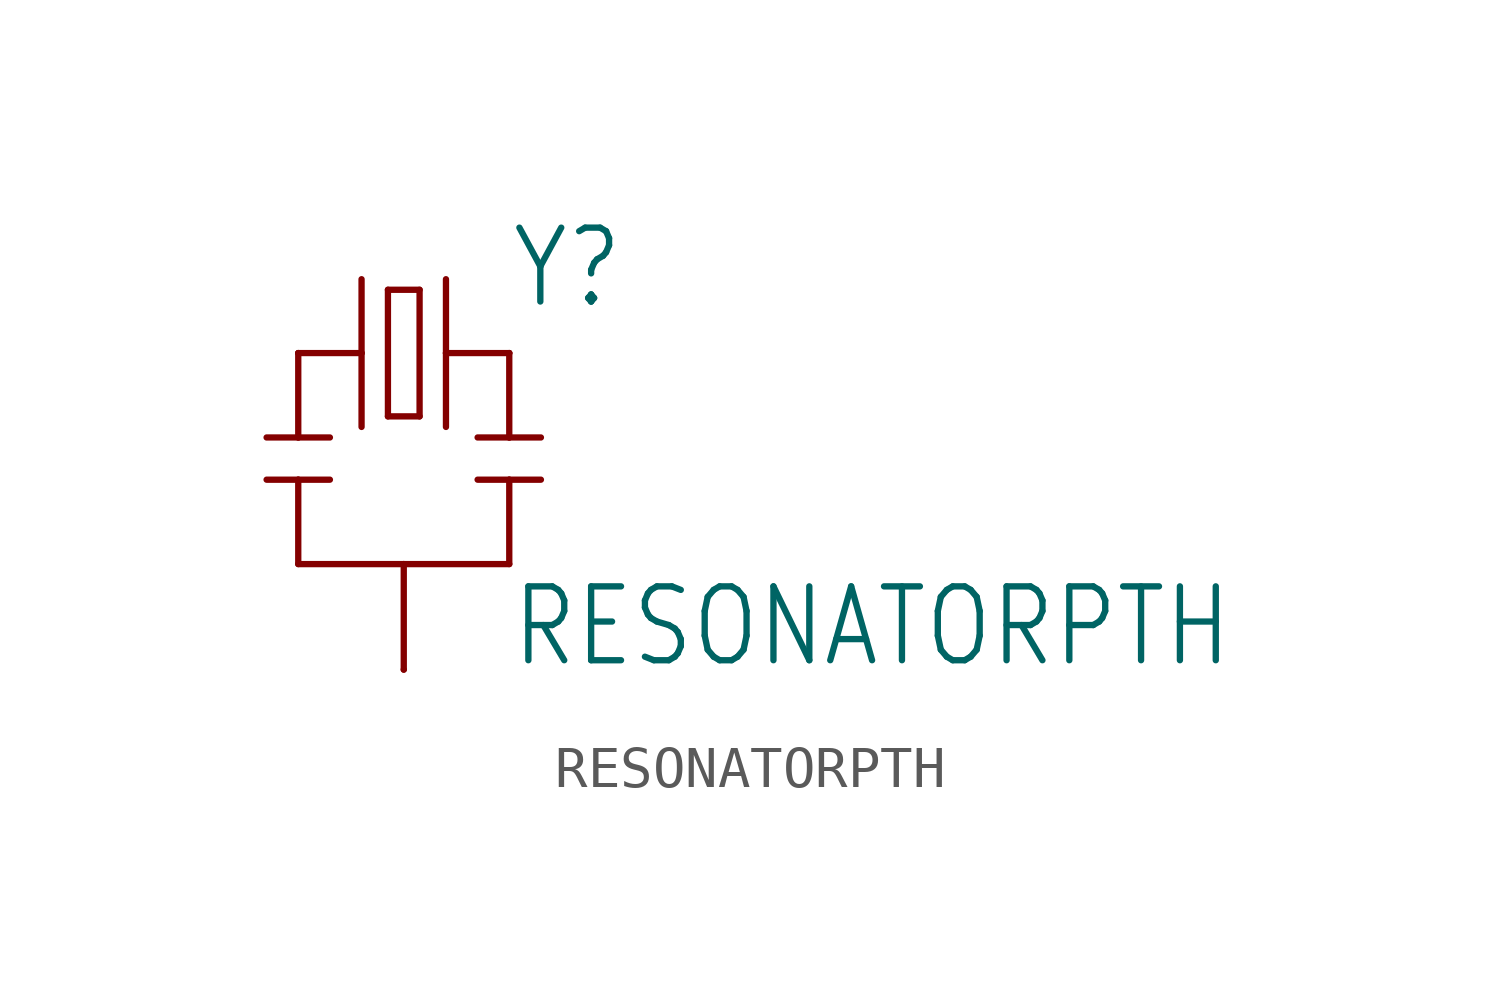
<source format=kicad_sym>
(kicad_symbol_lib
  (version 20211014)
  (generator kicad_symbol_editor)
  (symbol "RESONATORPTH"
    (property "Reference" "Y"
      (at 2.54 1.016 0)
      (effects (font (size 1.778 1.511)) (justify left bottom)))
    (property "Value" "RESONATORPTH"
      (at 2.54 -7.62 0)
      (effects (font (size 1.778 1.511)) (justify left bottom)))
    (property "ki_locked" ""
      (at 0 0 0)
      (effects (font (size 1.27 1.27))))
    (symbol "RESONATORPTH_1_0"
      (polyline (pts (xy -2.54 -3.048) (xy -3.302 -3.048)) (stroke (width 0.152) (type default) (color 0 0 0 0)) (fill (type none)))
      (polyline (pts (xy -2.54 -3.048) (xy -2.54 -5.08)) (stroke (width 0.152) (type default) (color 0 0 0 0)) (fill (type none)))
      (polyline (pts (xy -2.54 -2.032) (xy -3.302 -2.032)) (stroke (width 0.152) (type default) (color 0 0 0 0)) (fill (type none)))
      (polyline (pts (xy -2.54 -2.032) (xy -2.54 0)) (stroke (width 0.152) (type default) (color 0 0 0 0)) (fill (type none)))
      (polyline (pts (xy -2.54 0) (xy -1.016 0)) (stroke (width 0.152) (type default) (color 0 0 0 0)) (fill (type none)))
      (polyline (pts (xy -1.778 -3.048) (xy -2.54 -3.048)) (stroke (width 0.152) (type default) (color 0 0 0 0)) (fill (type none)))
      (polyline (pts (xy -1.778 -2.032) (xy -2.54 -2.032)) (stroke (width 0.152) (type default) (color 0 0 0 0)) (fill (type none)))
      (polyline (pts (xy -1.016 0) (xy -1.016 -1.778)) (stroke (width 0.152) (type default) (color 0 0 0 0)) (fill (type none)))
      (polyline (pts (xy -1.016 1.778) (xy -1.016 0)) (stroke (width 0.152) (type default) (color 0 0 0 0)) (fill (type none)))
      (polyline (pts (xy -0.381 -1.524) (xy 0.381 -1.524)) (stroke (width 0.152) (type default) (color 0 0 0 0)) (fill (type none)))
      (polyline (pts (xy -0.381 1.524) (xy -0.381 -1.524)) (stroke (width 0.152) (type default) (color 0 0 0 0)) (fill (type none)))
      (polyline (pts (xy 0 -5.08) (xy -2.54 -5.08)) (stroke (width 0.152) (type default) (color 0 0 0 0)) (fill (type none)))
      (polyline (pts (xy 0 -5.08) (xy 0 -7.62)) (stroke (width 0.152) (type default) (color 0 0 0 0)) (fill (type none)))
      (polyline (pts (xy 0.381 -1.524) (xy 0.381 1.524)) (stroke (width 0.152) (type default) (color 0 0 0 0)) (fill (type none)))
      (polyline (pts (xy 0.381 1.524) (xy -0.381 1.524)) (stroke (width 0.152) (type default) (color 0 0 0 0)) (fill (type none)))
      (polyline (pts (xy 1.016 0) (xy 1.016 -1.778)) (stroke (width 0.152) (type default) (color 0 0 0 0)) (fill (type none)))
      (polyline (pts (xy 1.016 0) (xy 2.54 0)) (stroke (width 0.152) (type default) (color 0 0 0 0)) (fill (type none)))
      (polyline (pts (xy 1.016 1.778) (xy 1.016 0)) (stroke (width 0.152) (type default) (color 0 0 0 0)) (fill (type none)))
      (polyline (pts (xy 2.54 -5.08) (xy 0 -5.08)) (stroke (width 0.152) (type default) (color 0 0 0 0)) (fill (type none)))
      (polyline (pts (xy 2.54 -3.048) (xy 1.778 -3.048)) (stroke (width 0.152) (type default) (color 0 0 0 0)) (fill (type none)))
      (polyline (pts (xy 2.54 -3.048) (xy 2.54 -5.08)) (stroke (width 0.152) (type default) (color 0 0 0 0)) (fill (type none)))
      (polyline (pts (xy 2.54 -2.032) (xy 1.778 -2.032)) (stroke (width 0.152) (type default) (color 0 0 0 0)) (fill (type none)))
      (polyline (pts (xy 2.54 0) (xy 2.54 -2.032)) (stroke (width 0.152) (type default) (color 0 0 0 0)) (fill (type none)))
      (polyline (pts (xy 3.302 -3.048) (xy 2.54 -3.048)) (stroke (width 0.152) (type default) (color 0 0 0 0)) (fill (type none)))
      (polyline (pts (xy 3.302 -2.032) (xy 2.54 -2.032)) (stroke (width 0.152) (type default) (color 0 0 0 0)) (fill (type none)))
      (pin passive line (at -2.54 0 0) (length 0) (name "1" (effects (font (size 0 0)))) (number "1" (effects (font (size 0 0)))))
      (pin passive line (at 0 -7.62 90) (length 0) (name "2" (effects (font (size 0 0)))) (number "2" (effects (font (size 0 0)))))
      (pin passive line (at 2.54 0 180) (length 0) (name "3" (effects (font (size 0 0)))) (number "3" (effects (font (size 0 0))))))))
</source>
